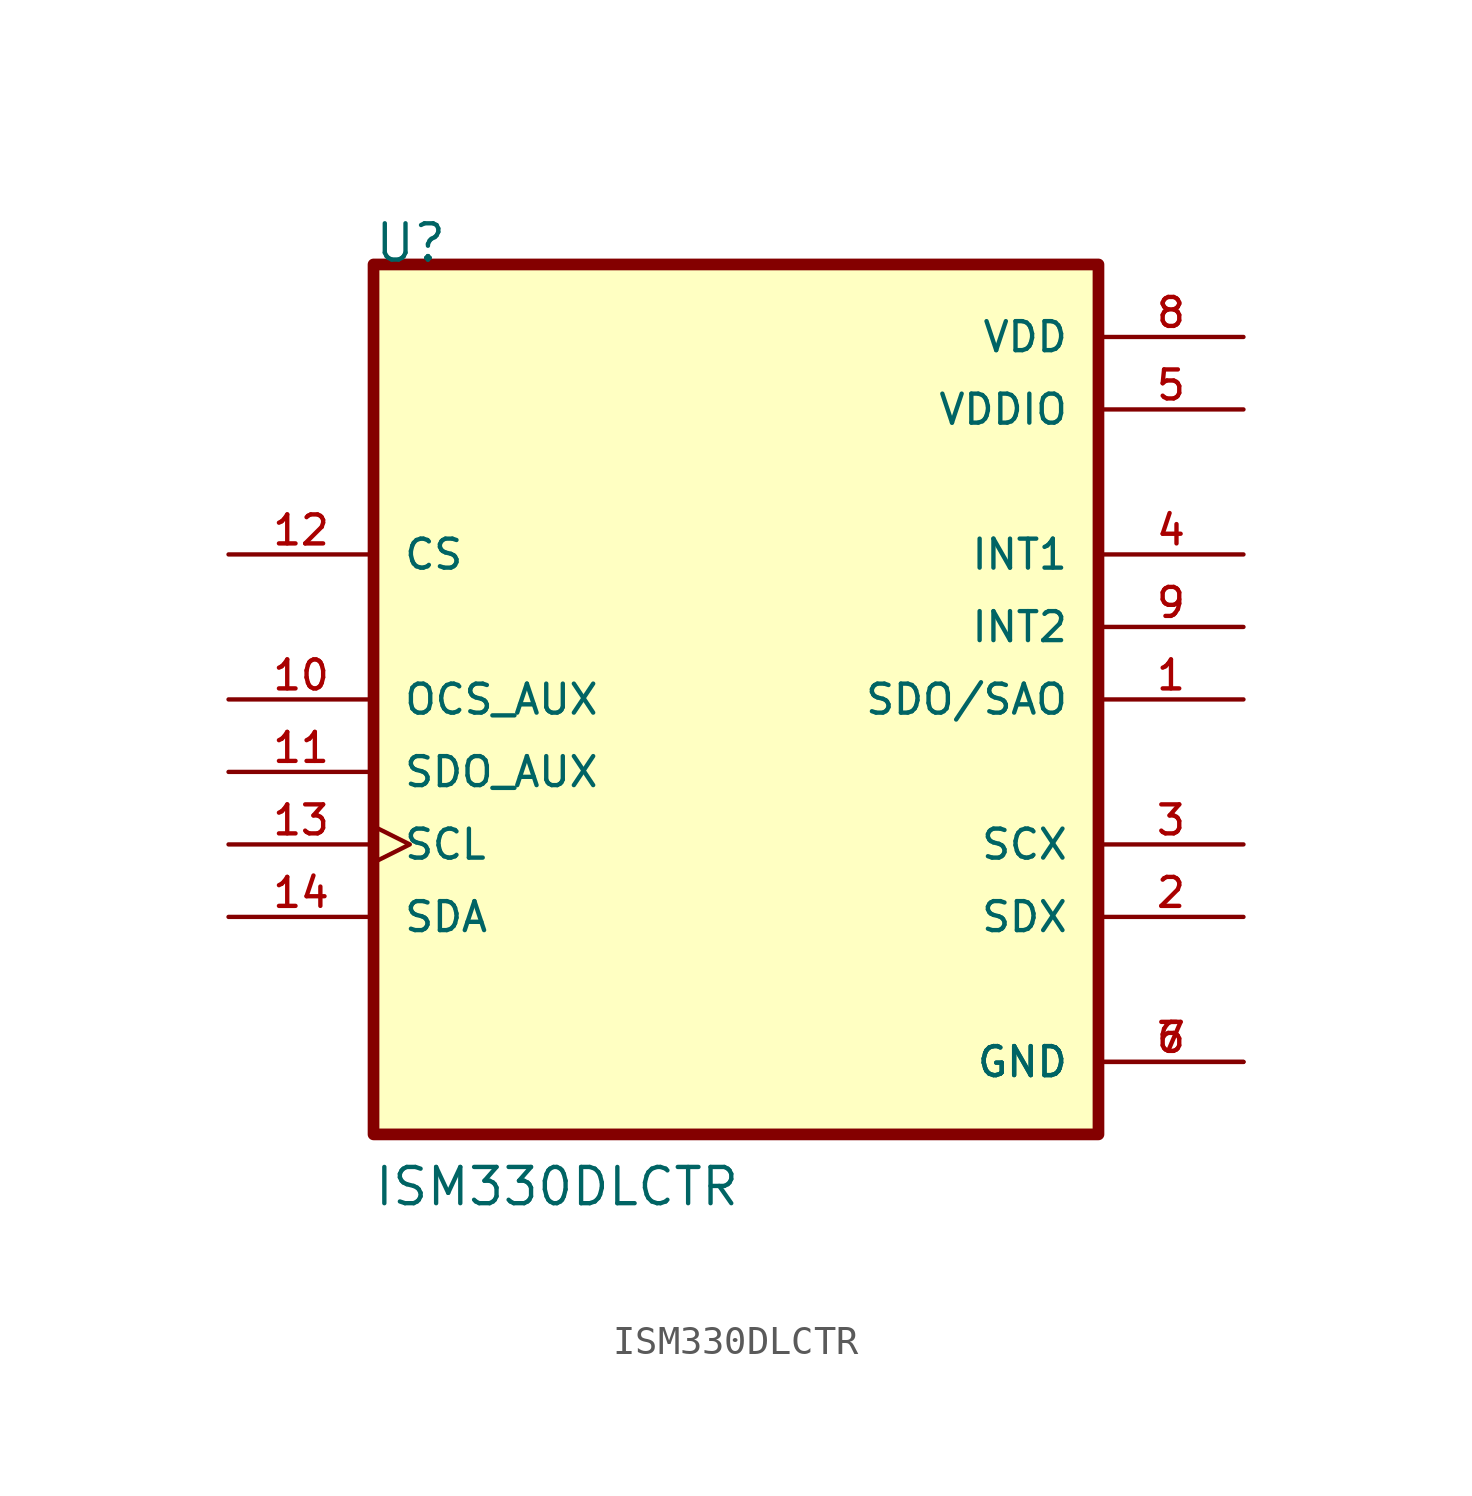
<source format=kicad_sym>
(kicad_symbol_lib
  (version 20211014)
  (generator kicad_symbol_editor)
  (symbol "ISM330DLCTR"
    (pin_names
      (offset 1.016))
    (property "Reference" "U"
      (at -12.708 15.249 0.0)
      (effects (font (size 1.27 1.27)) (justify bottom left)))
    (property "Value" "ISM330DLCTR"
      (at -12.724 -17.814 0.0)
      (effects (font (size 1.27 1.27)) (justify bottom left)))
    (symbol "ISM330DLCTR_0_0"
      (rectangle (start -12.7 -15.24) (end 12.7 15.24) (stroke (width 0.41)) (fill (type background)))
      (pin output line (at 17.78 5.08 180.0) (length 5.08) (name "INT1" (effects (font (size 1.016 1.016)))) (number "4" (effects (font (size 1.016 1.016)))))
      (pin output line (at 17.78 2.54 180.0) (length 5.08) (name "INT2" (effects (font (size 1.016 1.016)))) (number "9" (effects (font (size 1.016 1.016)))))
      (pin input line (at -17.78 5.08 0) (length 5.08) (name "CS" (effects (font (size 1.016 1.016)))) (number "12" (effects (font (size 1.016 1.016)))))
      (pin bidirectional line (at -17.78 0.0 0) (length 5.08) (name "OCS_AUX" (effects (font (size 1.016 1.016)))) (number "10" (effects (font (size 1.016 1.016)))))
      (pin bidirectional clock (at -17.78 -5.08 0) (length 5.08) (name "SCL" (effects (font (size 1.016 1.016)))) (number "13" (effects (font (size 1.016 1.016)))))
      (pin power_in line (at 17.78 -12.7 180.0) (length 5.08) (name "GND" (effects (font (size 1.016 1.016)))) (number "6" (effects (font (size 1.016 1.016)))))
      (pin power_in line (at 17.78 -12.7 180.0) (length 5.08) (name "GND" (effects (font (size 1.016 1.016)))) (number "7" (effects (font (size 1.016 1.016)))))
      (pin power_in line (at 17.78 12.7 180.0) (length 5.08) (name "VDD" (effects (font (size 1.016 1.016)))) (number "8" (effects (font (size 1.016 1.016)))))
      (pin power_in line (at 17.78 10.16 180.0) (length 5.08) (name "VDDIO" (effects (font (size 1.016 1.016)))) (number "5" (effects (font (size 1.016 1.016)))))
      (pin output line (at 17.78 0.0 180.0) (length 5.08) (name "SDO/SAO" (effects (font (size 1.016 1.016)))) (number "1" (effects (font (size 1.016 1.016)))))
      (pin bidirectional line (at 17.78 -5.08 180.0) (length 5.08) (name "SCX" (effects (font (size 1.016 1.016)))) (number "3" (effects (font (size 1.016 1.016)))))
      (pin bidirectional line (at -17.78 -7.62 0) (length 5.08) (name "SDA" (effects (font (size 1.016 1.016)))) (number "14" (effects (font (size 1.016 1.016)))))
      (pin bidirectional line (at -17.78 -2.54 0) (length 5.08) (name "SDO_AUX" (effects (font (size 1.016 1.016)))) (number "11" (effects (font (size 1.016 1.016)))))
      (pin bidirectional line (at 17.78 -7.62 180.0) (length 5.08) (name "SDX" (effects (font (size 1.016 1.016)))) (number "2" (effects (font (size 1.016 1.016))))))))
</source>
